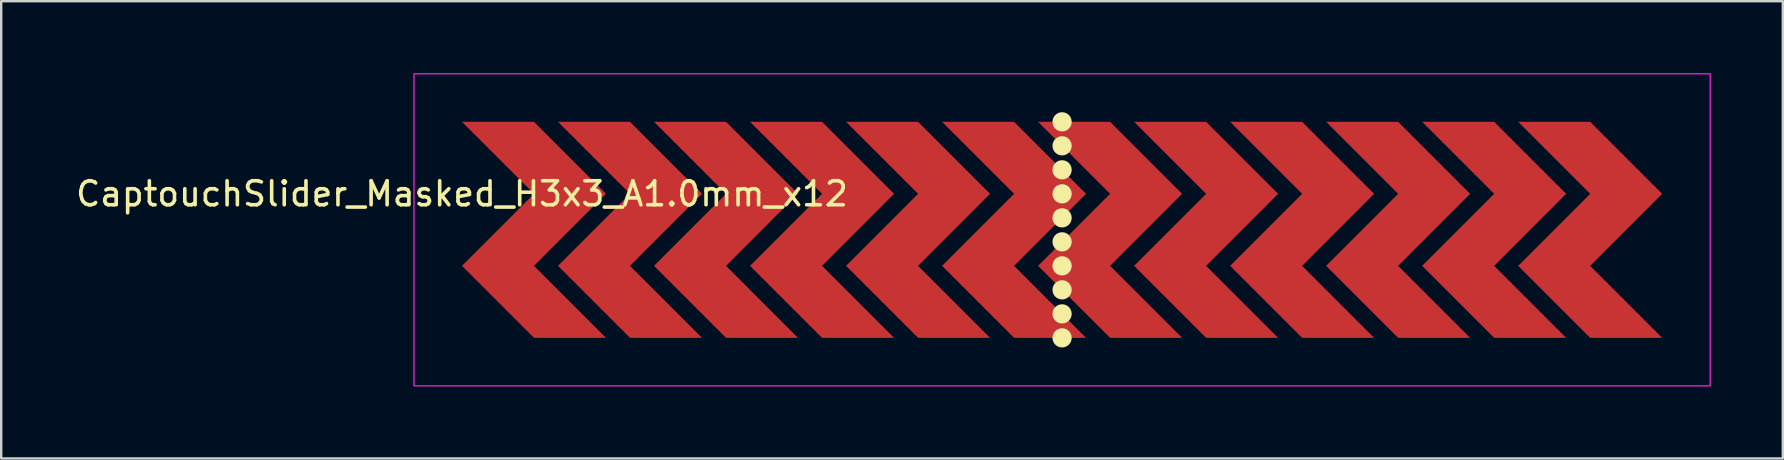
<source format=kicad_pcb>
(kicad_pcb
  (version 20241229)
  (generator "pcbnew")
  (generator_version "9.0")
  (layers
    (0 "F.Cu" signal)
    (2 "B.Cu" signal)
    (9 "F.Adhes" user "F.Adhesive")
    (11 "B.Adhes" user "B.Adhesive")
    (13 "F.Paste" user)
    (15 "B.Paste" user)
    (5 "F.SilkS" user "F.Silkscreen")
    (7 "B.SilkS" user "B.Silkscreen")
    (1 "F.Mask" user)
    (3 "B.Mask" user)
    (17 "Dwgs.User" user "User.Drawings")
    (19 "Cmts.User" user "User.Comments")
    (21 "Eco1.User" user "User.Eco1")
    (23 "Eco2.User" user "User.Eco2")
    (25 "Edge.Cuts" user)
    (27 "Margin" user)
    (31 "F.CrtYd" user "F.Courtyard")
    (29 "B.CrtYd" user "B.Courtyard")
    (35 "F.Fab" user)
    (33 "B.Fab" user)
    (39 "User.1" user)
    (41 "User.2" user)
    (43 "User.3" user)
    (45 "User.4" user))
  (footprint "CaptouchSlider_Masked_H3x3_A1.0mm_x12"
    (layer "F.Cu")
    (at 16.196 9.025)
    (property "Reference" "CaptouchSlider_Masked_H3x3_A1.0mm_x12" (at 0 -4 0) (layer "F.SilkS") (effects (font (size 1 1) (thickness 0.15))))
    (attr exclude_from_pos_files exclude_from_bom)
    (fp_circle (center 25 -7) (end 25.4 -7) (stroke (width 0) (type solid)) (fill yes) (layer "F.SilkS"))
    (fp_circle (center 25 -6) (end 25.4 -6) (stroke (width 0) (type solid)) (fill yes) (layer "F.SilkS"))
    (fp_circle (center 25 -5) (end 25.4 -5) (stroke (width 0) (type solid)) (fill yes) (layer "F.SilkS"))
    (fp_circle (center 25 -4) (end 25.4 -4) (stroke (width 0) (type solid)) (fill yes) (layer "F.SilkS"))
    (fp_circle (center 25 -3) (end 25.4 -3) (stroke (width 0) (type solid)) (fill yes) (layer "F.SilkS"))
    (fp_circle (center 25 -2) (end 25.4 -2) (stroke (width 0) (type solid)) (fill yes) (layer "F.SilkS"))
    (fp_circle (center 25 -1) (end 25.4 -1) (stroke (width 0) (type solid)) (fill yes) (layer "F.SilkS"))
    (fp_circle (center 25 0) (end 25.4 0) (stroke (width 0) (type solid)) (fill yes) (layer "F.SilkS"))
    (fp_circle (center 25 1) (end 25.4 1) (stroke (width 0) (type solid)) (fill yes) (layer "F.SilkS"))
    (fp_circle (center 25 2) (end 25.4 2) (stroke (width 0) (type solid)) (fill yes) (layer "F.SilkS"))
    (fp_rect (start -2 -9) (end 52 4) (stroke (width 0.05) (type solid)) (fill no) (layer "F.CrtYd"))
    (pad "1" smd custom (at 4 -4 45) (size 1 1) (layers "F.Cu") (options (anchor rect)) (primitives (gr_poly (pts (xy 1.414 1.414) (xy -2.828 1.414) (xy -2.828 5.657) (xy -4.95 3.536) (xy -4.95 -0.707) (xy -0.707 -0.707) (xy -0.707 -4.95) (xy 1.414 -2.828)) (width 0) (fill yes))))
    (pad "2" smd custom (at 8 -4 45) (size 1 1) (layers "F.Cu") (options (anchor rect)) (primitives (gr_poly (pts (xy 1.414 1.414) (xy -2.828 1.414) (xy -2.828 5.657) (xy -4.95 3.536) (xy -4.95 -0.707) (xy -0.707 -0.707) (xy -0.707 -4.95) (xy 1.414 -2.828)) (width 0) (fill yes))))
    (pad "3" smd custom (at 12 -4 45) (size 1 1) (layers "F.Cu") (options (anchor rect)) (primitives (gr_poly (pts (xy 1.414 1.414) (xy -2.828 1.414) (xy -2.828 5.657) (xy -4.95 3.536) (xy -4.95 -0.707) (xy -0.707 -0.707) (xy -0.707 -4.95) (xy 1.414 -2.828)) (width 0) (fill yes))))
    (pad "4" smd custom (at 16 -4 45) (size 1 1) (layers "F.Cu") (options (anchor rect)) (primitives (gr_poly (pts (xy 1.414 1.414) (xy -2.828 1.414) (xy -2.828 5.657) (xy -4.95 3.536) (xy -4.95 -0.707) (xy -0.707 -0.707) (xy -0.707 -4.95) (xy 1.414 -2.828)) (width 0) (fill yes))))
    (pad "5" smd custom (at 20 -4 45) (size 1 1) (layers "F.Cu") (options (anchor rect)) (primitives (gr_poly (pts (xy 1.414 1.414) (xy -2.828 1.414) (xy -2.828 5.657) (xy -4.95 3.536) (xy -4.95 -0.707) (xy -0.707 -0.707) (xy -0.707 -4.95) (xy 1.414 -2.828)) (width 0) (fill yes))))
    (pad "6" smd custom (at 24 -4 45) (size 1 1) (layers "F.Cu") (options (anchor rect)) (primitives (gr_poly (pts (xy 1.414 1.414) (xy -2.828 1.414) (xy -2.828 5.657) (xy -4.95 3.536) (xy -4.95 -0.707) (xy -0.707 -0.707) (xy -0.707 -4.95) (xy 1.414 -2.828)) (width 0) (fill yes))))
    (pad "7" smd custom (at 28 -4 45) (size 1 1) (layers "F.Cu") (options (anchor rect)) (primitives (gr_poly (pts (xy 1.414 1.414) (xy -2.828 1.414) (xy -2.828 5.657) (xy -4.95 3.536) (xy -4.95 -0.707) (xy -0.707 -0.707) (xy -0.707 -4.95) (xy 1.414 -2.828)) (width 0) (fill yes))))
    (pad "8" smd custom (at 32 -4 45) (size 1 1) (layers "F.Cu") (options (anchor rect)) (primitives (gr_poly (pts (xy 1.414 1.414) (xy -2.828 1.414) (xy -2.828 5.657) (xy -4.95 3.536) (xy -4.95 -0.707) (xy -0.707 -0.707) (xy -0.707 -4.95) (xy 1.414 -2.828)) (width 0) (fill yes))))
    (pad "9" smd custom (at 36 -4 45) (size 1 1) (layers "F.Cu") (options (anchor rect)) (primitives (gr_poly (pts (xy 1.414 1.414) (xy -2.828 1.414) (xy -2.828 5.657) (xy -4.95 3.536) (xy -4.95 -0.707) (xy -0.707 -0.707) (xy -0.707 -4.95) (xy 1.414 -2.828)) (width 0) (fill yes))))
    (pad "10" smd custom (at 40 -4 45) (size 1 1) (layers "F.Cu") (options (anchor rect)) (primitives (gr_poly (pts (xy 1.414 1.414) (xy -2.828 1.414) (xy -2.828 5.657) (xy -4.95 3.536) (xy -4.95 -0.707) (xy -0.707 -0.707) (xy -0.707 -4.95) (xy 1.414 -2.828)) (width 0) (fill yes))))
    (pad "11" smd custom (at 44 -4 45) (size 1 1) (layers "F.Cu") (options (anchor rect)) (primitives (gr_poly (pts (xy 1.414 1.414) (xy -2.828 1.414) (xy -2.828 5.657) (xy -4.95 3.536) (xy -4.95 -0.707) (xy -0.707 -0.707) (xy -0.707 -4.95) (xy 1.414 -2.828)) (width 0) (fill yes))))
    (pad "12" smd custom (at 48 -4 45) (size 1 1) (layers "F.Cu") (options (anchor rect)) (primitives (gr_poly (pts (xy 1.414 1.414) (xy -2.828 1.414) (xy -2.828 5.657) (xy -4.95 3.536) (xy -4.95 -0.707) (xy -0.707 -0.707) (xy -0.707 -4.95) (xy 1.414 -2.828)) (width 0) (fill yes))))
    (zone (net_name "") (layer "F.Cu") (hatch edge 0.508) (connect_pads) (min_thickness 0.254) (filled_areas_thickness no) (keepout (tracks not_allowed) (vias not_allowed) (pads not_allowed) (copperpour not_allowed) (footprints allowed)) (placement (enabled no)) (fill) (polygon (pts (xy 19.196 5.025) (xy 16.196 8.025) (xy 19.196 11.025) (xy 18.196 11.025) (xy 15.196 8.025) (xy 18.196 5.025) (xy 15.196 2.025) (xy 16.196 2.025))))
    (zone (net_name "") (layer "F.Cu") (hatch edge 0.508) (connect_pads) (min_thickness 0.254) (filled_areas_thickness no) (keepout (tracks not_allowed) (vias not_allowed) (pads not_allowed) (copperpour not_allowed) (footprints allowed)) (placement (enabled no)) (fill) (polygon (pts (xy 23.196 5.025) (xy 20.196 8.025) (xy 23.196 11.025) (xy 22.196 11.025) (xy 19.196 8.025) (xy 22.196 5.025) (xy 19.196 2.025) (xy 20.196 2.025))))
    (zone (net_name "") (layer "F.Cu") (hatch edge 0.508) (connect_pads) (min_thickness 0.254) (filled_areas_thickness no) (keepout (tracks not_allowed) (vias not_allowed) (pads not_allowed) (copperpour not_allowed) (footprints allowed)) (placement (enabled no)) (fill) (polygon (pts (xy 27.196 5.025) (xy 24.196 8.025) (xy 27.196 11.025) (xy 26.196 11.025) (xy 23.196 8.025) (xy 26.196 5.025) (xy 23.196 2.025) (xy 24.196 2.025))))
    (zone (net_name "") (layer "F.Cu") (hatch edge 0.508) (connect_pads) (min_thickness 0.254) (filled_areas_thickness no) (keepout (tracks not_allowed) (vias not_allowed) (pads not_allowed) (copperpour not_allowed) (footprints allowed)) (placement (enabled no)) (fill) (polygon (pts (xy 31.196 5.025) (xy 28.196 8.025) (xy 31.196 11.025) (xy 30.196 11.025) (xy 27.196 8.025) (xy 30.196 5.025) (xy 27.196 2.025) (xy 28.196 2.025))))
    (zone (net_name "") (layer "F.Cu") (hatch edge 0.508) (connect_pads) (min_thickness 0.254) (filled_areas_thickness no) (keepout (tracks not_allowed) (vias not_allowed) (pads not_allowed) (copperpour not_allowed) (footprints allowed)) (placement (enabled no)) (fill) (polygon (pts (xy 35.196 5.025) (xy 32.196 8.025) (xy 35.196 11.025) (xy 34.196 11.025) (xy 31.196 8.025) (xy 34.196 5.025) (xy 31.196 2.025) (xy 32.196 2.025))))
    (zone (net_name "") (layer "F.Cu") (hatch edge 0.508) (connect_pads) (min_thickness 0.254) (filled_areas_thickness no) (keepout (tracks not_allowed) (vias not_allowed) (pads not_allowed) (copperpour not_allowed) (footprints allowed)) (placement (enabled no)) (fill) (polygon (pts (xy 39.196 5.025) (xy 36.196 8.025) (xy 39.196 11.025) (xy 38.196 11.025) (xy 35.196 8.025) (xy 38.196 5.025) (xy 35.196 2.025) (xy 36.196 2.025))))
    (zone (net_name "") (layer "F.Cu") (hatch edge 0.508) (connect_pads) (min_thickness 0.254) (filled_areas_thickness no) (keepout (tracks not_allowed) (vias not_allowed) (pads not_allowed) (copperpour not_allowed) (footprints allowed)) (placement (enabled no)) (fill) (polygon (pts (xy 43.196 5.025) (xy 40.196 8.025) (xy 43.196 11.025) (xy 42.196 11.025) (xy 39.196 8.025) (xy 42.196 5.025) (xy 39.196 2.025) (xy 40.196 2.025))))
    (zone (net_name "") (layer "F.Cu") (hatch edge 0.508) (connect_pads) (min_thickness 0.254) (filled_areas_thickness no) (keepout (tracks not_allowed) (vias not_allowed) (pads not_allowed) (copperpour not_allowed) (footprints allowed)) (placement (enabled no)) (fill) (polygon (pts (xy 47.196 5.025) (xy 44.196 8.025) (xy 47.196 11.025) (xy 46.196 11.025) (xy 43.196 8.025) (xy 46.196 5.025) (xy 43.196 2.025) (xy 44.196 2.025))))
    (zone (net_name "") (layer "F.Cu") (hatch edge 0.508) (connect_pads) (min_thickness 0.254) (filled_areas_thickness no) (keepout (tracks not_allowed) (vias not_allowed) (pads not_allowed) (copperpour not_allowed) (footprints allowed)) (placement (enabled no)) (fill) (polygon (pts (xy 51.196 5.025) (xy 48.196 8.025) (xy 51.196 11.025) (xy 50.196 11.025) (xy 47.196 8.025) (xy 50.196 5.025) (xy 47.196 2.025) (xy 48.196 2.025))))
    (zone (net_name "") (layer "F.Cu") (hatch edge 0.508) (connect_pads) (min_thickness 0.254) (filled_areas_thickness no) (keepout (tracks not_allowed) (vias not_allowed) (pads not_allowed) (copperpour not_allowed) (footprints allowed)) (placement (enabled no)) (fill) (polygon (pts (xy 55.196 5.025) (xy 52.196 8.025) (xy 55.196 11.025) (xy 54.196 11.025) (xy 51.196 8.025) (xy 54.196 5.025) (xy 51.196 2.025) (xy 52.196 2.025))))
    (zone (net_name "") (layer "F.Cu") (hatch edge 0.508) (connect_pads) (min_thickness 0.254) (filled_areas_thickness no) (keepout (tracks not_allowed) (vias not_allowed) (pads not_allowed) (copperpour not_allowed) (footprints allowed)) (placement (enabled no)) (fill) (polygon (pts (xy 59.196 5.025) (xy 56.196 8.025) (xy 59.196 11.025) (xy 58.196 11.025) (xy 55.196 8.025) (xy 58.196 5.025) (xy 55.196 2.025) (xy 56.196 2.025))))
    (zone (net_name "") (layer "F.Cu") (hatch edge 0.508) (connect_pads) (min_thickness 0.254) (filled_areas_thickness no) (keepout (tracks not_allowed) (vias not_allowed) (pads not_allowed) (copperpour not_allowed) (footprints allowed)) (placement (enabled no)) (fill) (polygon (pts (xy 63.196 5.025) (xy 60.196 8.025) (xy 63.196 11.025) (xy 62.196 11.025) (xy 59.196 8.025) (xy 62.196 5.025) (xy 59.196 2.025) (xy 60.196 2.025))))
    (zone (net_name "") (layer "F.Cu") (hatch edge 0.508) (connect_pads) (min_thickness 0.254) (filled_areas_thickness no) (keepout (tracks not_allowed) (vias not_allowed) (pads not_allowed) (copperpour not_allowed) (footprints allowed)) (placement (enabled no)) (fill) (polygon (pts (xy 67.196 5.025) (xy 64.196 8.025) (xy 67.196 11.025) (xy 66.196 11.025) (xy 63.196 8.025) (xy 66.196 5.025) (xy 63.196 2.025) (xy 64.196 2.025)))))
  (gr_rect
    (start -3 -3)
    (end 71.221 16.05)
    (stroke (width 0.1) (type default))
    (fill no)
    (layer "Edge.Cuts")))
</source>
